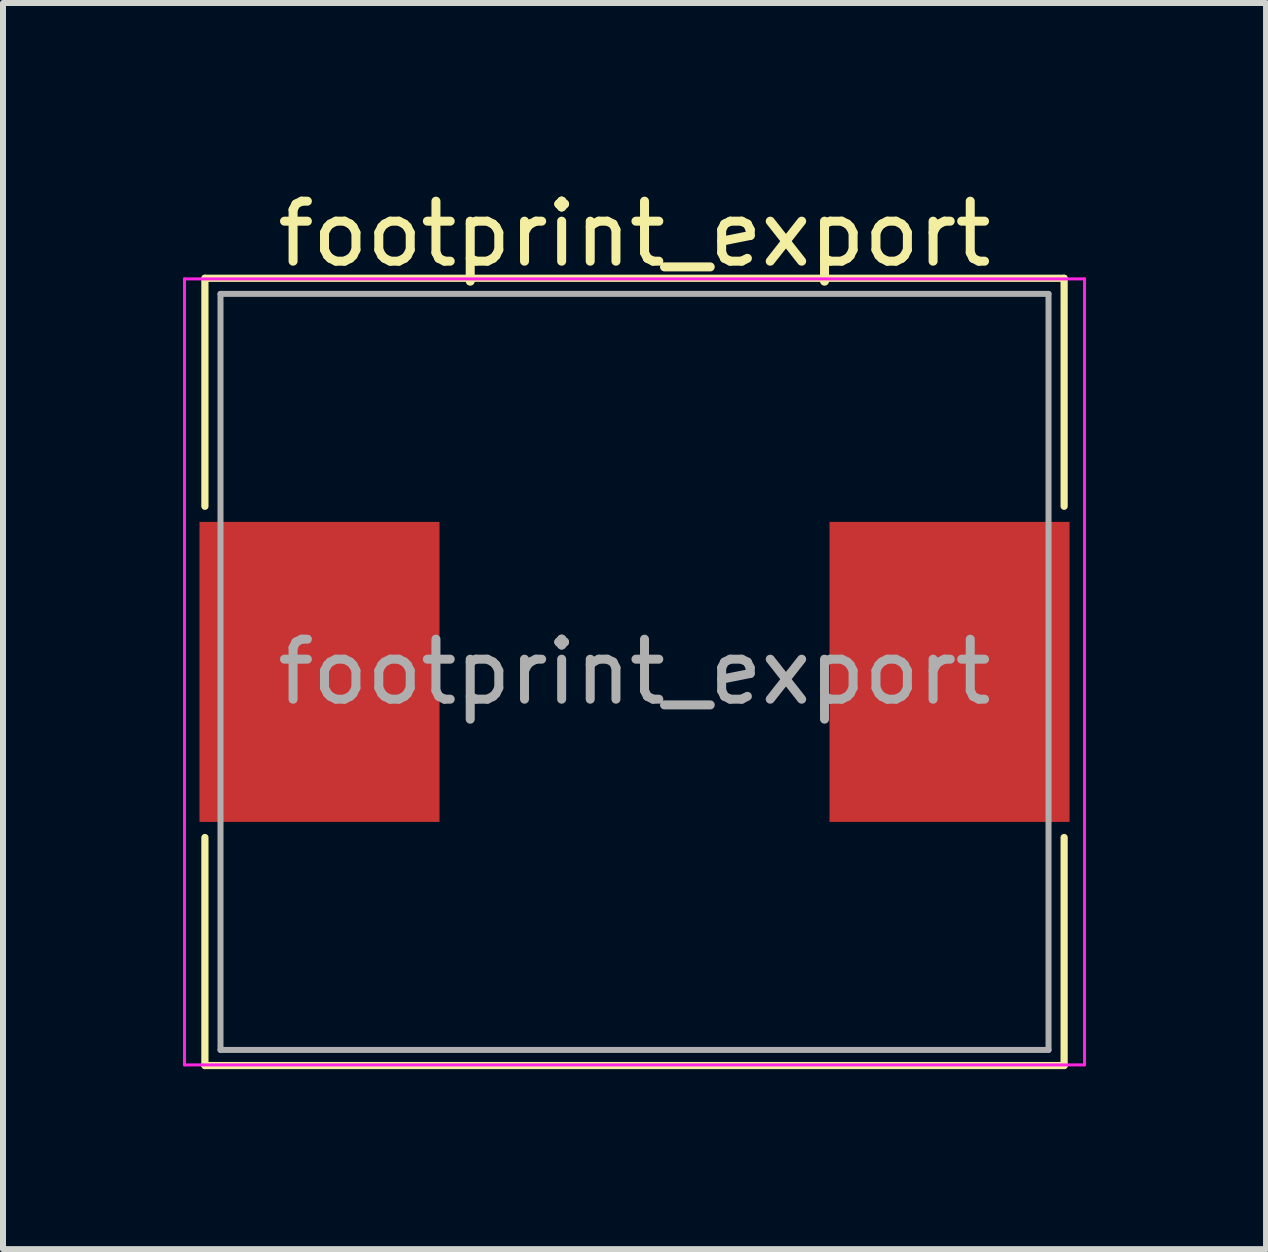
<source format=kicad_pcb>
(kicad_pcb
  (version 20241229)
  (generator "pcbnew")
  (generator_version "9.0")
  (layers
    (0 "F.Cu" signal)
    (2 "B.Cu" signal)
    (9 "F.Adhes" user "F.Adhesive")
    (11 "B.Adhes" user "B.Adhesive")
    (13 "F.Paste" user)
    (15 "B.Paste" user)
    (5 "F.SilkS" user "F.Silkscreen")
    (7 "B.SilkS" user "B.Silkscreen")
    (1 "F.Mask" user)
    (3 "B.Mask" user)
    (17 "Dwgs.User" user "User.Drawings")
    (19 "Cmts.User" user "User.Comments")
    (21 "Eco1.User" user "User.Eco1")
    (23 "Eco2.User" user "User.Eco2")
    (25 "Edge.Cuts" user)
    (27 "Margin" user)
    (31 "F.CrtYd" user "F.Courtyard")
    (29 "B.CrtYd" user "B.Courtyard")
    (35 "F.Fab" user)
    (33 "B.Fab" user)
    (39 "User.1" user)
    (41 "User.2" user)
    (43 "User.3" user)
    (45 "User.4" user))
  (footprint "footprint_export"
    (layer "F.Cu")
    (at 7.525 8.148)
    (property "Reference" "footprint_export" (at 0 -7.3 0) (layer "F.SilkS") (effects (font (size 1 1) (thickness 0.15))))
    (attr smd)
    (fp_line (start -7.16 -6.56) (end -7.16 -2.76) (stroke (width 0.12) (type solid)) (layer "F.SilkS"))
    (fp_line (start -7.16 -6.56) (end 7.16 -6.56) (stroke (width 0.12) (type solid)) (layer "F.SilkS"))
    (fp_line (start -7.16 6.56) (end -7.16 2.76) (stroke (width 0.12) (type solid)) (layer "F.SilkS"))
    (fp_line (start -7.16 6.56) (end 7.16 6.56) (stroke (width 0.12) (type solid)) (layer "F.SilkS"))
    (fp_line (start 7.16 -6.56) (end 7.16 -2.76) (stroke (width 0.12) (type solid)) (layer "F.SilkS"))
    (fp_line (start 7.16 6.56) (end 7.16 2.76) (stroke (width 0.12) (type solid)) (layer "F.SilkS"))
    (fp_line (start -7.5 -6.55) (end -7.5 6.55) (stroke (width 0.05) (type solid)) (layer "F.CrtYd"))
    (fp_line (start -7.5 6.55) (end 7.5 6.55) (stroke (width 0.05) (type solid)) (layer "F.CrtYd"))
    (fp_line (start 7.5 -6.55) (end -7.5 -6.55) (stroke (width 0.05) (type solid)) (layer "F.CrtYd"))
    (fp_line (start 7.5 6.55) (end 7.5 -6.55) (stroke (width 0.05) (type solid)) (layer "F.CrtYd"))
    (fp_line (start -6.9 -6.3) (end -6.9 6.3) (stroke (width 0.1) (type solid)) (layer "F.Fab"))
    (fp_line (start -6.9 6.3) (end 6.9 6.3) (stroke (width 0.1) (type solid)) (layer "F.Fab"))
    (fp_line (start 6.9 -6.3) (end -6.9 -6.3) (stroke (width 0.1) (type solid)) (layer "F.Fab"))
    (fp_line (start 6.9 6.3) (end 6.9 -6.3) (stroke (width 0.1) (type solid)) (layer "F.Fab"))
    (fp_text user "${REFERENCE}" (at 0 0 0) (layer "F.Fab") (effects (font (size 1 1) (thickness 0.15))))
    (pad "1" smd rect (at -5.25 0) (size 4 5) (layers "F.Cu" "F.Mask" "F.Paste"))
    (pad "2" smd rect (at 5.25 0) (size 4 5) (layers "F.Cu" "F.Mask" "F.Paste")))
  (gr_rect
    (start -3 -3)
    (end 18.05 17.768)
    (stroke (width 0.1) (type default))
    (fill no)
    (layer "Edge.Cuts")))
</source>
